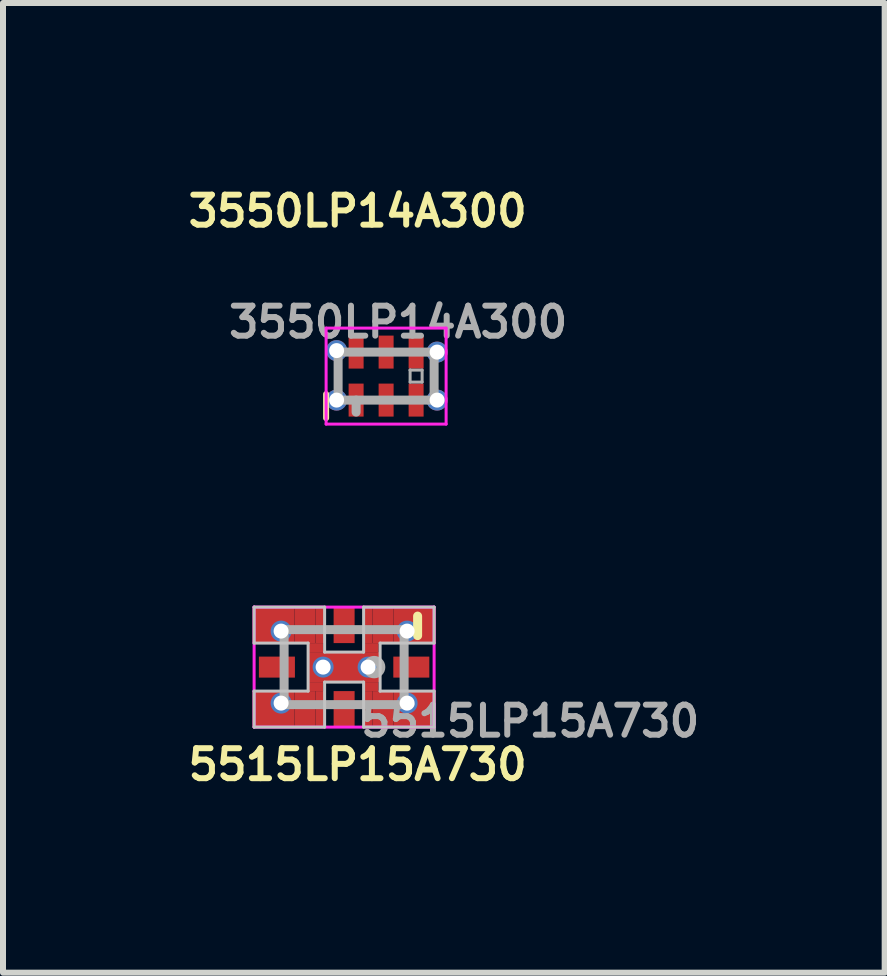
<source format=kicad_pcb>
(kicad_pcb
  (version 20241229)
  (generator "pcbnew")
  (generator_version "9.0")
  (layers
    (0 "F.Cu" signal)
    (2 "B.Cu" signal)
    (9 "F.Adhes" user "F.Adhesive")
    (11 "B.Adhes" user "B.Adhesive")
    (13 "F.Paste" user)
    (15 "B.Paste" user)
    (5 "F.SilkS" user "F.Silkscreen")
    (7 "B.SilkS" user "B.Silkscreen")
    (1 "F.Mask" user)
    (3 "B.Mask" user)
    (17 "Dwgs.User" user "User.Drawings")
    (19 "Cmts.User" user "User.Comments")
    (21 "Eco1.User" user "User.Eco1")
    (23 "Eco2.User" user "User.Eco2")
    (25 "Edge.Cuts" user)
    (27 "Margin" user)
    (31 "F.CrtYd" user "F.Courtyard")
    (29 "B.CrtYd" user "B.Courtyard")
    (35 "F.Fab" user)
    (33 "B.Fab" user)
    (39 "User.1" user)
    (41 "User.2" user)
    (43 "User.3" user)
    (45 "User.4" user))
  (footprint "5515LP15A730"
    (layer "F.Cu")
    (at 2.685 8.068)
    (property "Reference" "5515LP15A730" (at 0.225 1.625 0) (layer "F.SilkS") (effects (font (size 0.5 0.5) (thickness 0.1))))
    (attr smd)
    (fp_line (start 1.225 -0.85) (end 1.225 -0.525) (stroke (width 0.15) (type solid)) (layer "F.SilkS"))
    (fp_line (start -1.5 -1) (end -1.5 -0.4) (stroke (width 0.05) (type solid)) (layer "Dwgs.User"))
    (fp_line (start -1.5 -0.4) (end -0.6 -0.4) (stroke (width 0.05) (type solid)) (layer "Dwgs.User"))
    (fp_line (start -1.5 0.4) (end -1.5 1) (stroke (width 0.05) (type solid)) (layer "Dwgs.User"))
    (fp_line (start -1.5 1) (end -0.325 1) (stroke (width 0.05) (type solid)) (layer "Dwgs.User"))
    (fp_line (start -0.6 -0.4) (end -0.6 0.4) (stroke (width 0.05) (type solid)) (layer "Dwgs.User"))
    (fp_line (start -0.6 0.4) (end -1.5 0.4) (stroke (width 0.05) (type solid)) (layer "Dwgs.User"))
    (fp_line (start -0.325 -1) (end -1.5 -1) (stroke (width 0.05) (type solid)) (layer "Dwgs.User"))
    (fp_line (start -0.325 -0.25) (end -0.325 -1) (stroke (width 0.05) (type solid)) (layer "Dwgs.User"))
    (fp_line (start -0.325 0.25) (end 0.325 0.25) (stroke (width 0.05) (type solid)) (layer "Dwgs.User"))
    (fp_line (start -0.325 1) (end -0.325 0.25) (stroke (width 0.05) (type solid)) (layer "Dwgs.User"))
    (fp_line (start 0.325 -1) (end 0.325 -0.25) (stroke (width 0.05) (type solid)) (layer "Dwgs.User"))
    (fp_line (start 0.325 -0.25) (end -0.325 -0.25) (stroke (width 0.05) (type solid)) (layer "Dwgs.User"))
    (fp_line (start 0.325 0.25) (end 0.325 1) (stroke (width 0.05) (type solid)) (layer "Dwgs.User"))
    (fp_line (start 0.325 1) (end 1.5 1) (stroke (width 0.05) (type solid)) (layer "Dwgs.User"))
    (fp_line (start 0.6 -0.4) (end 1.5 -0.4) (stroke (width 0.05) (type solid)) (layer "Dwgs.User"))
    (fp_line (start 0.6 0.4) (end 0.6 -0.4) (stroke (width 0.05) (type solid)) (layer "Dwgs.User"))
    (fp_line (start 1.5 -1) (end 0.325 -1) (stroke (width 0.05) (type solid)) (layer "Dwgs.User"))
    (fp_line (start 1.5 -0.4) (end 1.5 -1) (stroke (width 0.05) (type solid)) (layer "Dwgs.User"))
    (fp_line (start 1.5 0.4) (end 0.6 0.4) (stroke (width 0.05) (type solid)) (layer "Dwgs.User"))
    (fp_line (start 1.5 1) (end 1.5 0.4) (stroke (width 0.05) (type solid)) (layer "Dwgs.User"))
    (fp_line (start -1.5 -1) (end -1.5 -1) (stroke (width 0.05) (type solid)) (layer "F.CrtYd"))
    (fp_line (start -1.5 -1) (end 1.5 -1) (stroke (width 0.05) (type solid)) (layer "F.CrtYd"))
    (fp_line (start -1.5 0.4) (end -1.5 0.4) (stroke (width 0.05) (type solid)) (layer "F.CrtYd"))
    (fp_line (start -1.5 1) (end -1.5 -1) (stroke (width 0.05) (type solid)) (layer "F.CrtYd"))
    (fp_line (start 1.5 -1) (end 1.5 1) (stroke (width 0.05) (type solid)) (layer "F.CrtYd"))
    (fp_line (start 1.5 1) (end -1.5 1) (stroke (width 0.05) (type solid)) (layer "F.CrtYd"))
    (fp_line (start -1 -0.625) (end 1 -0.625) (stroke (width 0.15) (type solid)) (layer "F.Fab"))
    (fp_line (start -1 0.625) (end -1 -0.625) (stroke (width 0.15) (type solid)) (layer "F.Fab"))
    (fp_line (start 1 -0.625) (end 1 0.625) (stroke (width 0.15) (type solid)) (layer "F.Fab"))
    (fp_line (start 1 0.625) (end -1 0.625) (stroke (width 0.15) (type solid)) (layer "F.Fab"))
    (fp_circle (center 0.5 0) (end 0.55 -0.1) (stroke (width 0.15) (type solid)) (fill no) (layer "F.Fab"))
    (fp_text user "${REFERENCE}" (at 3.1 0.9 0) (layer "F.Fab") (effects (font (size 0.5 0.5) (thickness 0.1))))
    (pad "1" smd rect (at 0.4 -0.7) (size 0.15 0.6) (layers "F.Cu"))
    (pad "1" smd rect (at 0.45 -0.325) (size 0.25 0.15) (layers "F.Cu"))
    (pad "1" smd rect (at 0.65 -0.7) (size 0.35 0.6) (layers "F.Cu" "F.Mask" "F.Paste"))
    (pad "1" thru_hole circle (at 1.05 -0.6) (size 0.35 0.35) (drill 0.25) (layers "*.Cu"))
    (pad "1" smd rect (at 1.175 -0.7) (size 0.7 0.6) (layers "F.Cu"))
    (pad "2" smd rect (at 0 -0.7) (size 0.35 0.6) (layers "F.Cu" "F.Mask" "F.Paste"))
    (pad "3" smd rect (at -1.175 -0.7) (size 0.7 0.6) (layers "F.Cu"))
    (pad "3" thru_hole circle (at -1.05 -0.6) (size 0.35 0.35) (drill 0.25) (layers "*.Cu"))
    (pad "3" smd rect (at -0.65 -0.7) (size 0.35 0.6) (layers "F.Cu" "F.Mask" "F.Paste"))
    (pad "3" smd rect (at -0.475 -0.325) (size 0.25 0.15) (layers "F.Cu"))
    (pad "3" smd rect (at -0.4 -0.7) (size 0.15 0.6) (layers "F.Cu"))
    (pad "3" thru_hole circle (at -0.35 0) (size 0.35 0.35) (drill 0.25) (layers "*.Cu"))
    (pad "3" smd rect (at 0 0) (size 1.2 0.5) (layers "F.Cu"))
    (pad "3" thru_hole circle (at 0.4 0) (size 0.35 0.35) (drill 0.25) (layers "*.Cu"))
    (pad "4" smd rect (at -1.12 0 90) (size 0.35 0.6) (layers "F.Cu" "F.Mask" "F.Paste"))
    (pad "5" smd rect (at -1.175 0.7) (size 0.7 0.6) (layers "F.Cu"))
    (pad "5" thru_hole circle (at -1.05 0.6) (size 0.35 0.35) (drill 0.25) (layers "*.Cu"))
    (pad "5" smd rect (at -0.65 0.7) (size 0.35 0.6) (layers "F.Cu" "F.Mask" "F.Paste"))
    (pad "5" smd rect (at -0.475 0.325) (size 0.25 0.15) (layers "F.Cu"))
    (pad "5" smd rect (at -0.4 0.7) (size 0.15 0.6) (layers "F.Cu"))
    (pad "6" smd rect (at 0 0.7) (size 0.35 0.6) (layers "F.Cu" "F.Mask" "F.Paste"))
    (pad "7" smd rect (at 0.4 0.7) (size 0.15 0.6) (layers "F.Cu"))
    (pad "7" smd rect (at 0.45 0.325) (size 0.25 0.15) (layers "F.Cu"))
    (pad "7" smd rect (at 0.65 0.7) (size 0.35 0.6) (layers "F.Cu" "F.Mask" "F.Paste"))
    (pad "7" thru_hole circle (at 1.05 0.6) (size 0.35 0.35) (drill 0.25) (layers "*.Cu"))
    (pad "7" smd rect (at 1.175 0.7) (size 0.7 0.6) (layers "F.Cu"))
    (pad "8" smd rect (at 1.12 0 90) (size 0.35 0.6) (layers "F.Cu" "F.Mask" "F.Paste")))
  (footprint "3550LP14A300"
    (layer "F.Cu")
    (at 3.385 3.218)
    (property "Reference" "3550LP14A300" (at -0.475 -2.75 0) (layer "F.SilkS") (effects (font (size 0.5 0.5) (thickness 0.1))))
    (attr smd)
    (fp_line (start -1 0.3) (end -1 0.7) (stroke (width 0.1) (type solid)) (layer "F.SilkS"))
    (fp_line (start -1 -0.8) (end 1 -0.8) (stroke (width 0.05) (type solid)) (layer "F.CrtYd"))
    (fp_line (start -1 0.8) (end -1 -0.8) (stroke (width 0.05) (type solid)) (layer "F.CrtYd"))
    (fp_line (start 1 -0.8) (end 1 0.8) (stroke (width 0.05) (type solid)) (layer "F.CrtYd"))
    (fp_line (start 1 0.8) (end -1 0.8) (stroke (width 0.05) (type solid)) (layer "F.CrtYd"))
    (fp_line (start -0.8 -0.4) (end 0.8 -0.4) (stroke (width 0.15) (type solid)) (layer "F.Fab"))
    (fp_line (start -0.8 0.4) (end -0.8 -0.4) (stroke (width 0.15) (type solid)) (layer "F.Fab"))
    (fp_line (start -0.5 0.4) (end -0.5 0.6) (stroke (width 0.15) (type solid)) (layer "F.Fab"))
    (fp_line (start 0.4 -0.1) (end 0.4 -0.1) (stroke (width 0.05) (type solid)) (layer "F.Fab"))
    (fp_line (start 0.4 -0.1) (end 0.6 -0.1) (stroke (width 0.05) (type solid)) (layer "F.Fab"))
    (fp_line (start 0.4 0.1) (end 0.4 -0.1) (stroke (width 0.05) (type solid)) (layer "F.Fab"))
    (fp_line (start 0.6 -0.1) (end 0.6 0.1) (stroke (width 0.05) (type solid)) (layer "F.Fab"))
    (fp_line (start 0.6 0.1) (end 0.4 0.1) (stroke (width 0.05) (type solid)) (layer "F.Fab"))
    (fp_line (start 0.8 -0.4) (end 0.8 0.4) (stroke (width 0.15) (type solid)) (layer "F.Fab"))
    (fp_line (start 0.8 0.4) (end -0.8 0.4) (stroke (width 0.15) (type solid)) (layer "F.Fab"))
    (fp_text user "${REFERENCE}" (at 0.2 -0.9 0) (layer "F.Fab") (effects (font (size 0.5 0.5) (thickness 0.1))))
    (pad "1" thru_hole circle (at -0.825 0.4 90) (size 0.35 0.35) (drill 0.25) (layers "*.Cu"))
    (pad "1" smd rect (at -0.5 0.4 90) (size 0.55 0.25) (layers "F.Cu" "F.Mask" "F.Paste"))
    (pad "2" smd rect (at 0 0.4 90) (size 0.55 0.25) (layers "F.Cu" "F.Mask" "F.Paste"))
    (pad "3" smd rect (at 0.5 0.4 90) (size 0.55 0.25) (layers "F.Cu" "F.Mask" "F.Paste"))
    (pad "3" thru_hole circle (at 0.85 0.4 90) (size 0.35 0.35) (drill 0.25) (layers "*.Cu"))
    (pad "4" smd rect (at 0.5 -0.4 90) (size 0.55 0.25) (layers "F.Cu" "F.Mask" "F.Paste"))
    (pad "4" thru_hole circle (at 0.85 -0.4 90) (size 0.35 0.35) (drill 0.25) (layers "*.Cu"))
    (pad "5" smd rect (at 0 -0.4 90) (size 0.55 0.25) (layers "F.Cu" "F.Mask" "F.Paste"))
    (pad "6" thru_hole circle (at -0.825 -0.425 90) (size 0.35 0.35) (drill 0.25) (layers "*.Cu"))
    (pad "6" smd rect (at -0.5 -0.4 90) (size 0.55 0.25) (layers "F.Cu" "F.Mask" "F.Paste")))
  (gr_rect
    (start -3 -3)
    (end 11.694 13.161)
    (stroke (width 0.1) (type default))
    (fill no)
    (layer "Edge.Cuts")))
</source>
